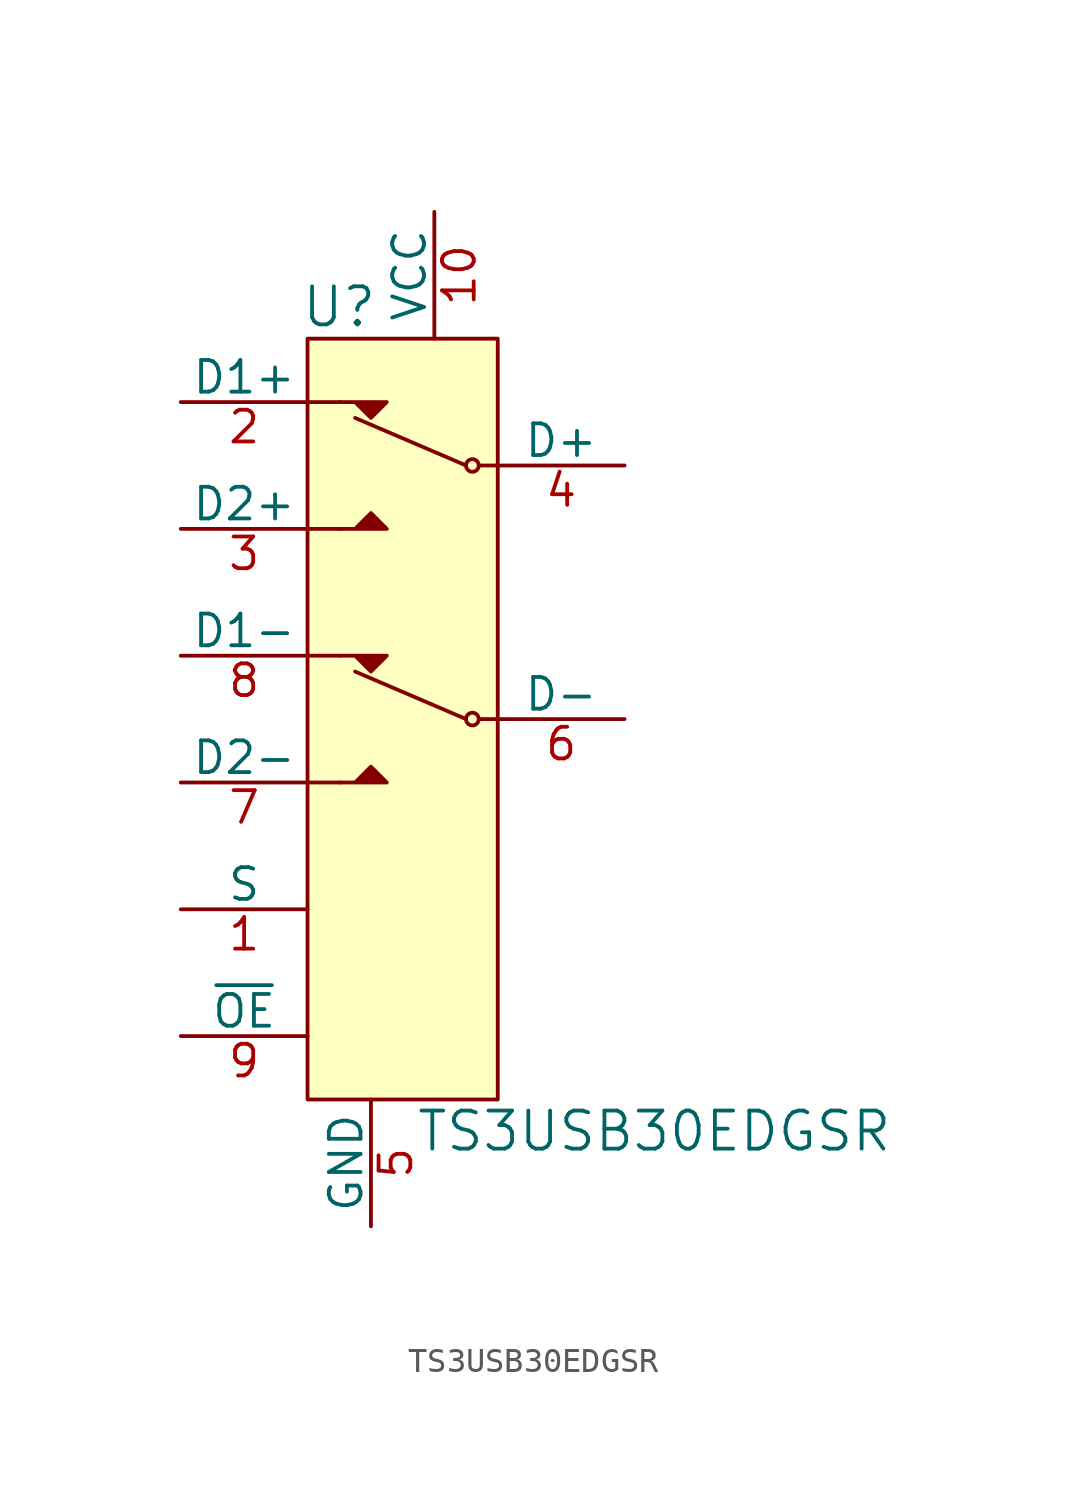
<source format=kicad_sym>
(kicad_symbol_lib
  (version 20201005)
  (generator kicad_symbol_editor)
  (symbol "TS3USB30EDGSR"
    (pin_names
      (offset 0))
    (property "Reference" "U"
      (at -2.54 16.764 0)
      (effects (font (size 1.524 1.524))))
    (property "Value" "TS3USB30EDGSR"
      (at 0.508 -16.256 0)
      (effects (font (size 1.524 1.524)) (justify left)))
    (symbol "TS3USB30EDGSR_0_1"
      (circle (center 2.794 0.254) (radius 0.254) (stroke (width 0)) (fill (type none)))
      (circle (center 2.794 10.414) (radius 0.254) (stroke (width 0)) (fill (type none)))
      (rectangle (start -3.81 15.494) (end 3.81 -14.986) (stroke (width 0)) (fill (type background)))
      (polyline (pts (xy -3.81 -2.286) (xy -2.54 -2.286)) (stroke (width 0)) (fill (type none)))
      (polyline (pts (xy -3.81 7.874) (xy -2.54 7.874)) (stroke (width 0)) (fill (type none)))
      (polyline (pts (xy -2.54 2.794) (xy -3.81 2.794)) (stroke (width 0)) (fill (type none)))
      (polyline (pts (xy -2.54 12.954) (xy -3.81 12.954)) (stroke (width 0)) (fill (type none)))
      (polyline (pts (xy -1.905 2.159) (xy 2.54 0.254)) (stroke (width 0)) (fill (type none)))
      (polyline (pts (xy -1.905 12.319) (xy 2.54 10.414)) (stroke (width 0)) (fill (type none)))
      (polyline (pts (xy 3.048 0.254) (xy 3.81 0.254)) (stroke (width 0)) (fill (type none)))
      (polyline (pts (xy 3.048 10.414) (xy 3.81 10.414)) (stroke (width 0)) (fill (type none)))
      (polyline (pts (xy -2.54 -2.286) (xy -0.635 -2.286) (xy -1.27 -1.651) (xy -1.905 -2.286)) (stroke (width 0)) (fill (type outline)))
      (polyline (pts (xy -2.54 2.794) (xy -0.635 2.794) (xy -1.27 2.159) (xy -1.905 2.794)) (stroke (width 0)) (fill (type outline)))
      (polyline (pts (xy -2.54 7.874) (xy -0.635 7.874) (xy -1.27 8.509) (xy -1.905 7.874)) (stroke (width 0)) (fill (type outline)))
      (polyline (pts (xy -2.54 12.954) (xy -0.635 12.954) (xy -1.27 12.319) (xy -1.905 12.954)) (stroke (width 0)) (fill (type outline))))
    (symbol "TS3USB30EDGSR_1_1"
      (pin input line (at -8.89 -7.366 0) (length 5.08) (name "S" (effects (font (size 1.27 1.27)))) (number "1" (effects (font (size 1.27 1.27)))))
      (pin bidirectional line (at -8.89 12.954 0) (length 5.08) (name "D1+" (effects (font (size 1.27 1.27)))) (number "2" (effects (font (size 1.27 1.27)))))
      (pin bidirectional line (at -8.89 7.874 0) (length 5.08) (name "D2+" (effects (font (size 1.27 1.27)))) (number "3" (effects (font (size 1.27 1.27)))))
      (pin bidirectional line (at 8.89 10.414 180) (length 5.08) (name "D+" (effects (font (size 1.27 1.27)))) (number "4" (effects (font (size 1.27 1.27)))))
      (pin power_in line (at -1.27 -20.066 90) (length 5.08) (name "GND" (effects (font (size 1.27 1.27)))) (number "5" (effects (font (size 1.27 1.27)))))
      (pin bidirectional line (at 8.89 0.254 180) (length 5.08) (name "D-" (effects (font (size 1.27 1.27)))) (number "6" (effects (font (size 1.27 1.27)))))
      (pin bidirectional line (at -8.89 -2.286 0) (length 5.08) (name "D2-" (effects (font (size 1.27 1.27)))) (number "7" (effects (font (size 1.27 1.27)))))
      (pin bidirectional line (at -8.89 2.794 0) (length 5.08) (name "D1-" (effects (font (size 1.27 1.27)))) (number "8" (effects (font (size 1.27 1.27)))))
      (pin input line (at -8.89 -12.446 0) (length 5.08) (name "~OE" (effects (font (size 1.27 1.27)))) (number "9" (effects (font (size 1.27 1.27)))))
      (pin power_in line (at 1.27 20.574 270) (length 5.08) (name "VCC" (effects (font (size 1.27 1.27)))) (number "10" (effects (font (size 1.27 1.27))))))))
</source>
